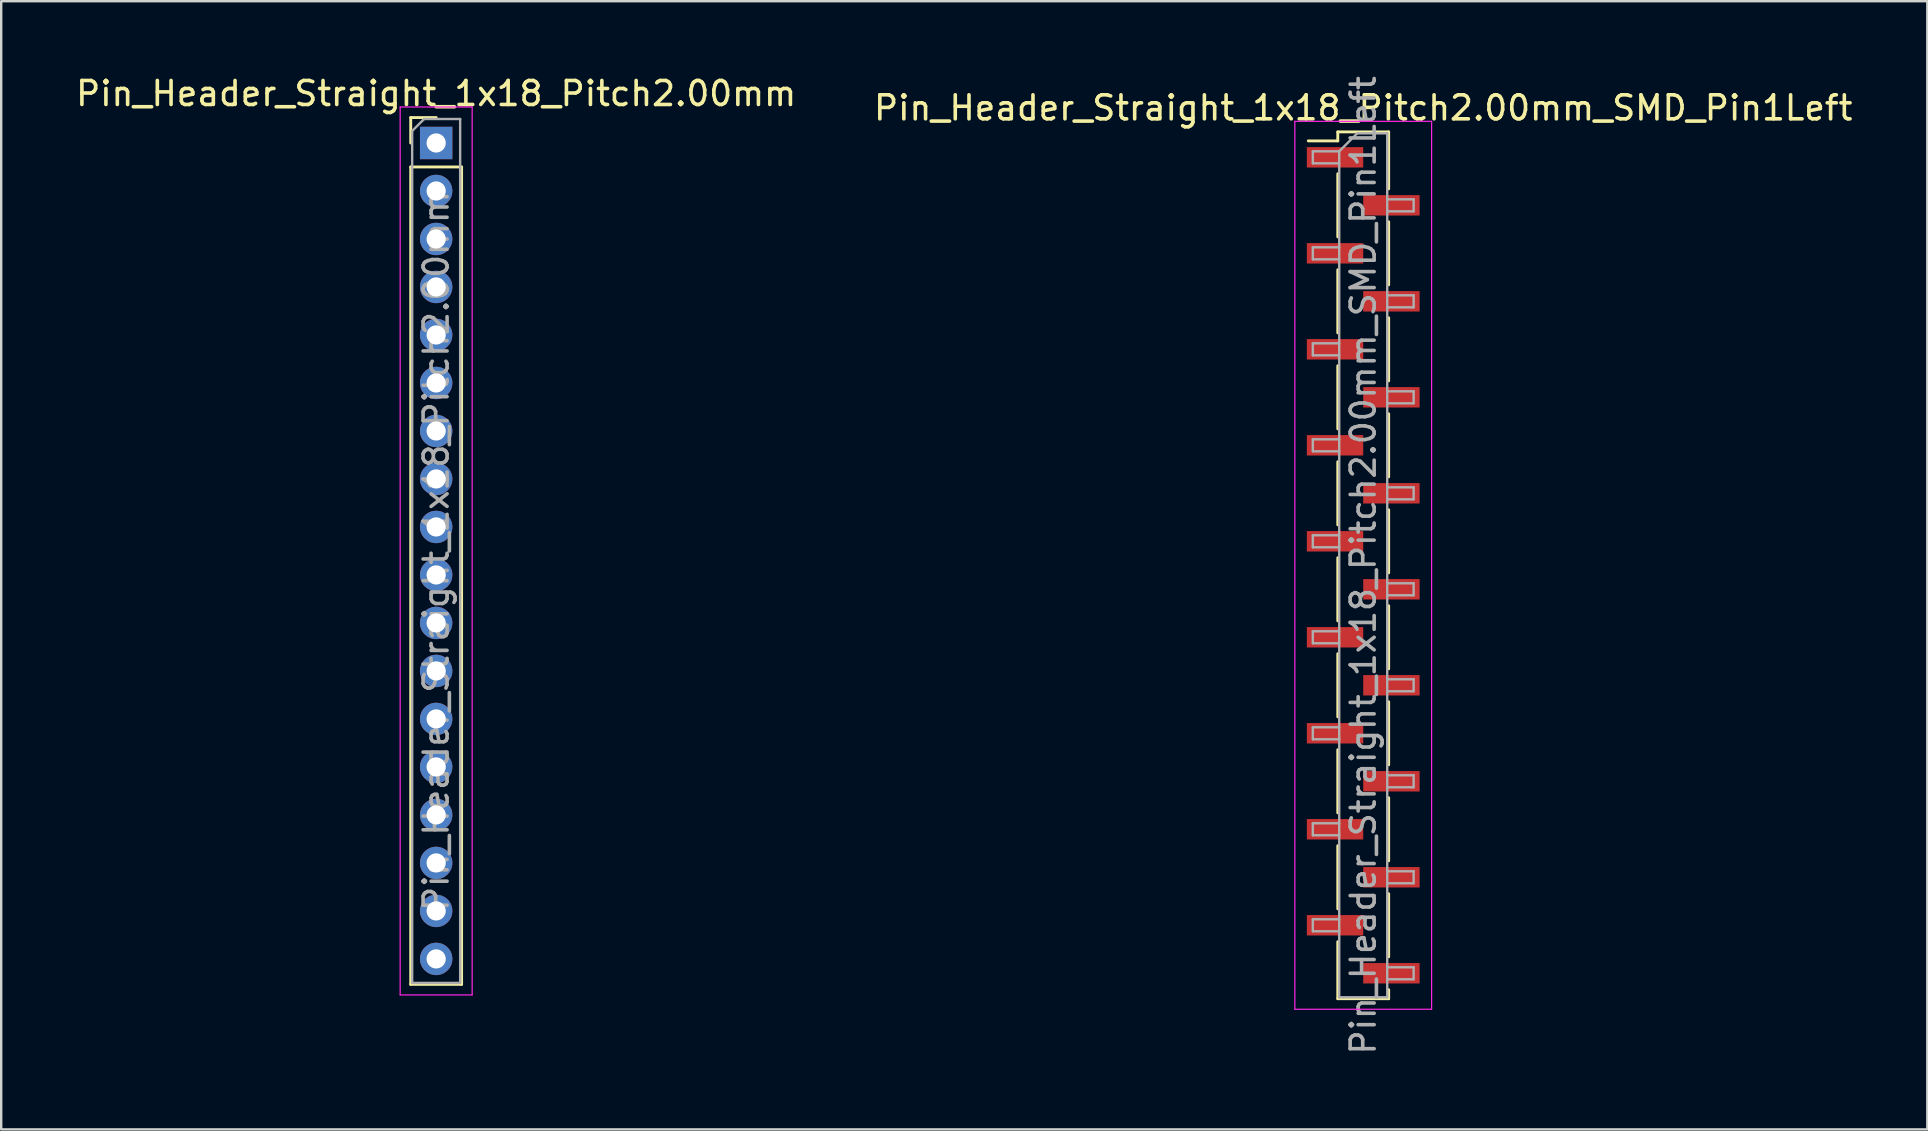
<source format=kicad_pcb>
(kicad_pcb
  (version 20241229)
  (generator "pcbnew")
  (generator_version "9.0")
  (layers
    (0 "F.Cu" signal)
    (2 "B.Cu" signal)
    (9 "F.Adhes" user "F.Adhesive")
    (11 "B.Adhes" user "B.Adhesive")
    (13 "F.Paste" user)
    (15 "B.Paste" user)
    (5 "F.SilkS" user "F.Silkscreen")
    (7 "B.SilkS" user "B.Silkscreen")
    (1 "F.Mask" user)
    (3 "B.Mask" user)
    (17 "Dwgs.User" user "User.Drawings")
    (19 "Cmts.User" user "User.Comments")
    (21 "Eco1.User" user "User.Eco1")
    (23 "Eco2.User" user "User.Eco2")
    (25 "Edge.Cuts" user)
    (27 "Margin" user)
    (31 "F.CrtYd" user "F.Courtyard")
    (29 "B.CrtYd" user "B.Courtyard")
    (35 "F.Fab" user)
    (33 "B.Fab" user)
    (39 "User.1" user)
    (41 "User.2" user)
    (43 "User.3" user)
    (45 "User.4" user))
  (footprint "Pin_Header_Straight_1x18_Pitch2.00mm"
    (layer "F.Cu")
    (at 15.125 2.908)
    (property "Reference" "Pin_Header_Straight_1x18_Pitch2.00mm" (at 0 -2.06 0) (layer "F.SilkS") (effects (font (size 1 1) (thickness 0.15))))
    (attr through_hole)
    (fp_line (start -1.06 -1.06) (end 0 -1.06) (stroke (width 0.12) (type solid)) (layer "F.SilkS"))
    (fp_line (start -1.06 0) (end -1.06 -1.06) (stroke (width 0.12) (type solid)) (layer "F.SilkS"))
    (fp_line (start -1.06 1) (end -1.06 35.06) (stroke (width 0.12) (type solid)) (layer "F.SilkS"))
    (fp_line (start -1.06 1) (end 1.06 1) (stroke (width 0.12) (type solid)) (layer "F.SilkS"))
    (fp_line (start -1.06 35.06) (end 1.06 35.06) (stroke (width 0.12) (type solid)) (layer "F.SilkS"))
    (fp_line (start 1.06 1) (end 1.06 35.06) (stroke (width 0.12) (type solid)) (layer "F.SilkS"))
    (fp_line (start -1.5 -1.5) (end -1.5 35.5) (stroke (width 0.05) (type solid)) (layer "F.CrtYd"))
    (fp_line (start -1.5 35.5) (end 1.5 35.5) (stroke (width 0.05) (type solid)) (layer "F.CrtYd"))
    (fp_line (start 1.5 -1.5) (end -1.5 -1.5) (stroke (width 0.05) (type solid)) (layer "F.CrtYd"))
    (fp_line (start 1.5 35.5) (end 1.5 -1.5) (stroke (width 0.05) (type solid)) (layer "F.CrtYd"))
    (fp_line (start -1 -0.5) (end -0.5 -1) (stroke (width 0.1) (type solid)) (layer "F.Fab"))
    (fp_line (start -1 35) (end -1 -0.5) (stroke (width 0.1) (type solid)) (layer "F.Fab"))
    (fp_line (start -0.5 -1) (end 1 -1) (stroke (width 0.1) (type solid)) (layer "F.Fab"))
    (fp_line (start 1 -1) (end 1 35) (stroke (width 0.1) (type solid)) (layer "F.Fab"))
    (fp_line (start 1 35) (end -1 35) (stroke (width 0.1) (type solid)) (layer "F.Fab"))
    (fp_text user "${REFERENCE}" (at 0 17 90) (layer "F.Fab") (effects (font (size 1 1) (thickness 0.15))))
    (pad "1" thru_hole rect (at 0 0) (size 1.35 1.35) (drill 0.8) (layers "*.Cu" "*.Mask"))
    (pad "2" thru_hole oval (at 0 2) (size 1.35 1.35) (drill 0.8) (layers "*.Cu" "*.Mask"))
    (pad "3" thru_hole oval (at 0 4) (size 1.35 1.35) (drill 0.8) (layers "*.Cu" "*.Mask"))
    (pad "4" thru_hole oval (at 0 6) (size 1.35 1.35) (drill 0.8) (layers "*.Cu" "*.Mask"))
    (pad "5" thru_hole oval (at 0 8) (size 1.35 1.35) (drill 0.8) (layers "*.Cu" "*.Mask"))
    (pad "6" thru_hole oval (at 0 10) (size 1.35 1.35) (drill 0.8) (layers "*.Cu" "*.Mask"))
    (pad "7" thru_hole oval (at 0 12) (size 1.35 1.35) (drill 0.8) (layers "*.Cu" "*.Mask"))
    (pad "8" thru_hole oval (at 0 14) (size 1.35 1.35) (drill 0.8) (layers "*.Cu" "*.Mask"))
    (pad "9" thru_hole oval (at 0 16) (size 1.35 1.35) (drill 0.8) (layers "*.Cu" "*.Mask"))
    (pad "10" thru_hole oval (at 0 18) (size 1.35 1.35) (drill 0.8) (layers "*.Cu" "*.Mask"))
    (pad "11" thru_hole oval (at 0 20) (size 1.35 1.35) (drill 0.8) (layers "*.Cu" "*.Mask"))
    (pad "12" thru_hole oval (at 0 22) (size 1.35 1.35) (drill 0.8) (layers "*.Cu" "*.Mask"))
    (pad "13" thru_hole oval (at 0 24) (size 1.35 1.35) (drill 0.8) (layers "*.Cu" "*.Mask"))
    (pad "14" thru_hole oval (at 0 26) (size 1.35 1.35) (drill 0.8) (layers "*.Cu" "*.Mask"))
    (pad "15" thru_hole oval (at 0 28) (size 1.35 1.35) (drill 0.8) (layers "*.Cu" "*.Mask"))
    (pad "16" thru_hole oval (at 0 30) (size 1.35 1.35) (drill 0.8) (layers "*.Cu" "*.Mask"))
    (pad "17" thru_hole oval (at 0 32) (size 1.35 1.35) (drill 0.8) (layers "*.Cu" "*.Mask"))
    (pad "18" thru_hole oval (at 0 34) (size 1.35 1.35) (drill 0.8) (layers "*.Cu" "*.Mask")))
  (footprint "Pin_Header_Straight_1x18_Pitch2.00mm_SMD_Pin1Left"
    (layer "F.Cu")
    (at 53.756 20.506)
    (property "Reference" "Pin_Header_Straight_1x18_Pitch2.00mm_SMD_Pin1Left" (at 0 -19.06 0) (layer "F.SilkS") (effects (font (size 1 1) (thickness 0.15))))
    (attr smd)
    (fp_line (start -1.06 -18.06) (end -1.06 -17.685) (stroke (width 0.12) (type solid)) (layer "F.SilkS"))
    (fp_line (start -1.06 -18.06) (end 1.06 -18.06) (stroke (width 0.12) (type solid)) (layer "F.SilkS"))
    (fp_line (start -1.06 -17.685) (end -2.29 -17.685) (stroke (width 0.12) (type solid)) (layer "F.SilkS"))
    (fp_line (start -1.06 -16.315) (end -1.06 -13.685) (stroke (width 0.12) (type solid)) (layer "F.SilkS"))
    (fp_line (start -1.06 -12.315) (end -1.06 -9.685) (stroke (width 0.12) (type solid)) (layer "F.SilkS"))
    (fp_line (start -1.06 -8.315) (end -1.06 -5.685) (stroke (width 0.12) (type solid)) (layer "F.SilkS"))
    (fp_line (start -1.06 -4.315) (end -1.06 -1.685) (stroke (width 0.12) (type solid)) (layer "F.SilkS"))
    (fp_line (start -1.06 -0.315) (end -1.06 2.315) (stroke (width 0.12) (type solid)) (layer "F.SilkS"))
    (fp_line (start -1.06 3.685) (end -1.06 6.315) (stroke (width 0.12) (type solid)) (layer "F.SilkS"))
    (fp_line (start -1.06 7.685) (end -1.06 10.315) (stroke (width 0.12) (type solid)) (layer "F.SilkS"))
    (fp_line (start -1.06 11.685) (end -1.06 14.315) (stroke (width 0.12) (type solid)) (layer "F.SilkS"))
    (fp_line (start -1.06 15.685) (end -1.06 18.06) (stroke (width 0.12) (type solid)) (layer "F.SilkS"))
    (fp_line (start -1.06 18.06) (end 1.06 18.06) (stroke (width 0.12) (type solid)) (layer "F.SilkS"))
    (fp_line (start 1.06 -18.06) (end 1.06 -15.685) (stroke (width 0.12) (type solid)) (layer "F.SilkS"))
    (fp_line (start 1.06 -14.315) (end 1.06 -11.685) (stroke (width 0.12) (type solid)) (layer "F.SilkS"))
    (fp_line (start 1.06 -10.315) (end 1.06 -7.685) (stroke (width 0.12) (type solid)) (layer "F.SilkS"))
    (fp_line (start 1.06 -6.315) (end 1.06 -3.685) (stroke (width 0.12) (type solid)) (layer "F.SilkS"))
    (fp_line (start 1.06 -2.315) (end 1.06 0.315) (stroke (width 0.12) (type solid)) (layer "F.SilkS"))
    (fp_line (start 1.06 1.685) (end 1.06 4.315) (stroke (width 0.12) (type solid)) (layer "F.SilkS"))
    (fp_line (start 1.06 5.685) (end 1.06 8.315) (stroke (width 0.12) (type solid)) (layer "F.SilkS"))
    (fp_line (start 1.06 9.685) (end 1.06 12.315) (stroke (width 0.12) (type solid)) (layer "F.SilkS"))
    (fp_line (start 1.06 13.685) (end 1.06 16.315) (stroke (width 0.12) (type solid)) (layer "F.SilkS"))
    (fp_line (start 1.06 17.685) (end 1.06 18.06) (stroke (width 0.12) (type solid)) (layer "F.SilkS"))
    (fp_line (start -2.85 -18.5) (end -2.85 18.5) (stroke (width 0.05) (type solid)) (layer "F.CrtYd"))
    (fp_line (start -2.85 18.5) (end 2.85 18.5) (stroke (width 0.05) (type solid)) (layer "F.CrtYd"))
    (fp_line (start 2.85 -18.5) (end -2.85 -18.5) (stroke (width 0.05) (type solid)) (layer "F.CrtYd"))
    (fp_line (start 2.85 18.5) (end 2.85 -18.5) (stroke (width 0.05) (type solid)) (layer "F.CrtYd"))
    (fp_line (start -2.1 -17.25) (end -2.1 -16.75) (stroke (width 0.1) (type solid)) (layer "F.Fab"))
    (fp_line (start -2.1 -16.75) (end -1 -16.75) (stroke (width 0.1) (type solid)) (layer "F.Fab"))
    (fp_line (start -2.1 -13.25) (end -2.1 -12.75) (stroke (width 0.1) (type solid)) (layer "F.Fab"))
    (fp_line (start -2.1 -12.75) (end -1 -12.75) (stroke (width 0.1) (type solid)) (layer "F.Fab"))
    (fp_line (start -2.1 -9.25) (end -2.1 -8.75) (stroke (width 0.1) (type solid)) (layer "F.Fab"))
    (fp_line (start -2.1 -8.75) (end -1 -8.75) (stroke (width 0.1) (type solid)) (layer "F.Fab"))
    (fp_line (start -2.1 -5.25) (end -2.1 -4.75) (stroke (width 0.1) (type solid)) (layer "F.Fab"))
    (fp_line (start -2.1 -4.75) (end -1 -4.75) (stroke (width 0.1) (type solid)) (layer "F.Fab"))
    (fp_line (start -2.1 -1.25) (end -2.1 -0.75) (stroke (width 0.1) (type solid)) (layer "F.Fab"))
    (fp_line (start -2.1 -0.75) (end -1 -0.75) (stroke (width 0.1) (type solid)) (layer "F.Fab"))
    (fp_line (start -2.1 2.75) (end -2.1 3.25) (stroke (width 0.1) (type solid)) (layer "F.Fab"))
    (fp_line (start -2.1 3.25) (end -1 3.25) (stroke (width 0.1) (type solid)) (layer "F.Fab"))
    (fp_line (start -2.1 6.75) (end -2.1 7.25) (stroke (width 0.1) (type solid)) (layer "F.Fab"))
    (fp_line (start -2.1 7.25) (end -1 7.25) (stroke (width 0.1) (type solid)) (layer "F.Fab"))
    (fp_line (start -2.1 10.75) (end -2.1 11.25) (stroke (width 0.1) (type solid)) (layer "F.Fab"))
    (fp_line (start -2.1 11.25) (end -1 11.25) (stroke (width 0.1) (type solid)) (layer "F.Fab"))
    (fp_line (start -2.1 14.75) (end -2.1 15.25) (stroke (width 0.1) (type solid)) (layer "F.Fab"))
    (fp_line (start -2.1 15.25) (end -1 15.25) (stroke (width 0.1) (type solid)) (layer "F.Fab"))
    (fp_line (start -1 -17.25) (end -2.1 -17.25) (stroke (width 0.1) (type solid)) (layer "F.Fab"))
    (fp_line (start -1 -17.25) (end -0.25 -18) (stroke (width 0.1) (type solid)) (layer "F.Fab"))
    (fp_line (start -1 -13.25) (end -2.1 -13.25) (stroke (width 0.1) (type solid)) (layer "F.Fab"))
    (fp_line (start -1 -9.25) (end -2.1 -9.25) (stroke (width 0.1) (type solid)) (layer "F.Fab"))
    (fp_line (start -1 -5.25) (end -2.1 -5.25) (stroke (width 0.1) (type solid)) (layer "F.Fab"))
    (fp_line (start -1 -1.25) (end -2.1 -1.25) (stroke (width 0.1) (type solid)) (layer "F.Fab"))
    (fp_line (start -1 2.75) (end -2.1 2.75) (stroke (width 0.1) (type solid)) (layer "F.Fab"))
    (fp_line (start -1 6.75) (end -2.1 6.75) (stroke (width 0.1) (type solid)) (layer "F.Fab"))
    (fp_line (start -1 10.75) (end -2.1 10.75) (stroke (width 0.1) (type solid)) (layer "F.Fab"))
    (fp_line (start -1 14.75) (end -2.1 14.75) (stroke (width 0.1) (type solid)) (layer "F.Fab"))
    (fp_line (start -1 18) (end -1 -17.25) (stroke (width 0.1) (type solid)) (layer "F.Fab"))
    (fp_line (start -0.25 -18) (end 1 -18) (stroke (width 0.1) (type solid)) (layer "F.Fab"))
    (fp_line (start 1 -18) (end 1 18) (stroke (width 0.1) (type solid)) (layer "F.Fab"))
    (fp_line (start 1 -15.25) (end 2.1 -15.25) (stroke (width 0.1) (type solid)) (layer "F.Fab"))
    (fp_line (start 1 -11.25) (end 2.1 -11.25) (stroke (width 0.1) (type solid)) (layer "F.Fab"))
    (fp_line (start 1 -7.25) (end 2.1 -7.25) (stroke (width 0.1) (type solid)) (layer "F.Fab"))
    (fp_line (start 1 -3.25) (end 2.1 -3.25) (stroke (width 0.1) (type solid)) (layer "F.Fab"))
    (fp_line (start 1 0.75) (end 2.1 0.75) (stroke (width 0.1) (type solid)) (layer "F.Fab"))
    (fp_line (start 1 4.75) (end 2.1 4.75) (stroke (width 0.1) (type solid)) (layer "F.Fab"))
    (fp_line (start 1 8.75) (end 2.1 8.75) (stroke (width 0.1) (type solid)) (layer "F.Fab"))
    (fp_line (start 1 12.75) (end 2.1 12.75) (stroke (width 0.1) (type solid)) (layer "F.Fab"))
    (fp_line (start 1 16.75) (end 2.1 16.75) (stroke (width 0.1) (type solid)) (layer "F.Fab"))
    (fp_line (start 1 18) (end -1 18) (stroke (width 0.1) (type solid)) (layer "F.Fab"))
    (fp_line (start 2.1 -15.25) (end 2.1 -14.75) (stroke (width 0.1) (type solid)) (layer "F.Fab"))
    (fp_line (start 2.1 -14.75) (end 1 -14.75) (stroke (width 0.1) (type solid)) (layer "F.Fab"))
    (fp_line (start 2.1 -11.25) (end 2.1 -10.75) (stroke (width 0.1) (type solid)) (layer "F.Fab"))
    (fp_line (start 2.1 -10.75) (end 1 -10.75) (stroke (width 0.1) (type solid)) (layer "F.Fab"))
    (fp_line (start 2.1 -7.25) (end 2.1 -6.75) (stroke (width 0.1) (type solid)) (layer "F.Fab"))
    (fp_line (start 2.1 -6.75) (end 1 -6.75) (stroke (width 0.1) (type solid)) (layer "F.Fab"))
    (fp_line (start 2.1 -3.25) (end 2.1 -2.75) (stroke (width 0.1) (type solid)) (layer "F.Fab"))
    (fp_line (start 2.1 -2.75) (end 1 -2.75) (stroke (width 0.1) (type solid)) (layer "F.Fab"))
    (fp_line (start 2.1 0.75) (end 2.1 1.25) (stroke (width 0.1) (type solid)) (layer "F.Fab"))
    (fp_line (start 2.1 1.25) (end 1 1.25) (stroke (width 0.1) (type solid)) (layer "F.Fab"))
    (fp_line (start 2.1 4.75) (end 2.1 5.25) (stroke (width 0.1) (type solid)) (layer "F.Fab"))
    (fp_line (start 2.1 5.25) (end 1 5.25) (stroke (width 0.1) (type solid)) (layer "F.Fab"))
    (fp_line (start 2.1 8.75) (end 2.1 9.25) (stroke (width 0.1) (type solid)) (layer "F.Fab"))
    (fp_line (start 2.1 9.25) (end 1 9.25) (stroke (width 0.1) (type solid)) (layer "F.Fab"))
    (fp_line (start 2.1 12.75) (end 2.1 13.25) (stroke (width 0.1) (type solid)) (layer "F.Fab"))
    (fp_line (start 2.1 13.25) (end 1 13.25) (stroke (width 0.1) (type solid)) (layer "F.Fab"))
    (fp_line (start 2.1 16.75) (end 2.1 17.25) (stroke (width 0.1) (type solid)) (layer "F.Fab"))
    (fp_line (start 2.1 17.25) (end 1 17.25) (stroke (width 0.1) (type solid)) (layer "F.Fab"))
    (fp_text user "${REFERENCE}" (at 0 0 90) (layer "F.Fab") (effects (font (size 1 1) (thickness 0.15))))
    (pad "1" smd rect (at -1.175 -17) (size 2.35 0.85) (layers "F.Cu" "F.Mask" "F.Paste"))
    (pad "2" smd rect (at 1.175 -15) (size 2.35 0.85) (layers "F.Cu" "F.Mask" "F.Paste"))
    (pad "3" smd rect (at -1.175 -13) (size 2.35 0.85) (layers "F.Cu" "F.Mask" "F.Paste"))
    (pad "4" smd rect (at 1.175 -11) (size 2.35 0.85) (layers "F.Cu" "F.Mask" "F.Paste"))
    (pad "5" smd rect (at -1.175 -9) (size 2.35 0.85) (layers "F.Cu" "F.Mask" "F.Paste"))
    (pad "6" smd rect (at 1.175 -7) (size 2.35 0.85) (layers "F.Cu" "F.Mask" "F.Paste"))
    (pad "7" smd rect (at -1.175 -5) (size 2.35 0.85) (layers "F.Cu" "F.Mask" "F.Paste"))
    (pad "8" smd rect (at 1.175 -3) (size 2.35 0.85) (layers "F.Cu" "F.Mask" "F.Paste"))
    (pad "9" smd rect (at -1.175 -1) (size 2.35 0.85) (layers "F.Cu" "F.Mask" "F.Paste"))
    (pad "10" smd rect (at 1.175 1) (size 2.35 0.85) (layers "F.Cu" "F.Mask" "F.Paste"))
    (pad "11" smd rect (at -1.175 3) (size 2.35 0.85) (layers "F.Cu" "F.Mask" "F.Paste"))
    (pad "12" smd rect (at 1.175 5) (size 2.35 0.85) (layers "F.Cu" "F.Mask" "F.Paste"))
    (pad "13" smd rect (at -1.175 7) (size 2.35 0.85) (layers "F.Cu" "F.Mask" "F.Paste"))
    (pad "14" smd rect (at 1.175 9) (size 2.35 0.85) (layers "F.Cu" "F.Mask" "F.Paste"))
    (pad "15" smd rect (at -1.175 11) (size 2.35 0.85) (layers "F.Cu" "F.Mask" "F.Paste"))
    (pad "16" smd rect (at 1.175 13) (size 2.35 0.85) (layers "F.Cu" "F.Mask" "F.Paste"))
    (pad "17" smd rect (at -1.175 15) (size 2.35 0.85) (layers "F.Cu" "F.Mask" "F.Paste"))
    (pad "18" smd rect (at 1.175 17) (size 2.35 0.85) (layers "F.Cu" "F.Mask" "F.Paste")))
  (gr_rect
    (start -3 -3)
    (end 77.262 44.012)
    (stroke (width 0.1) (type default))
    (fill no)
    (layer "Edge.Cuts")))
</source>
